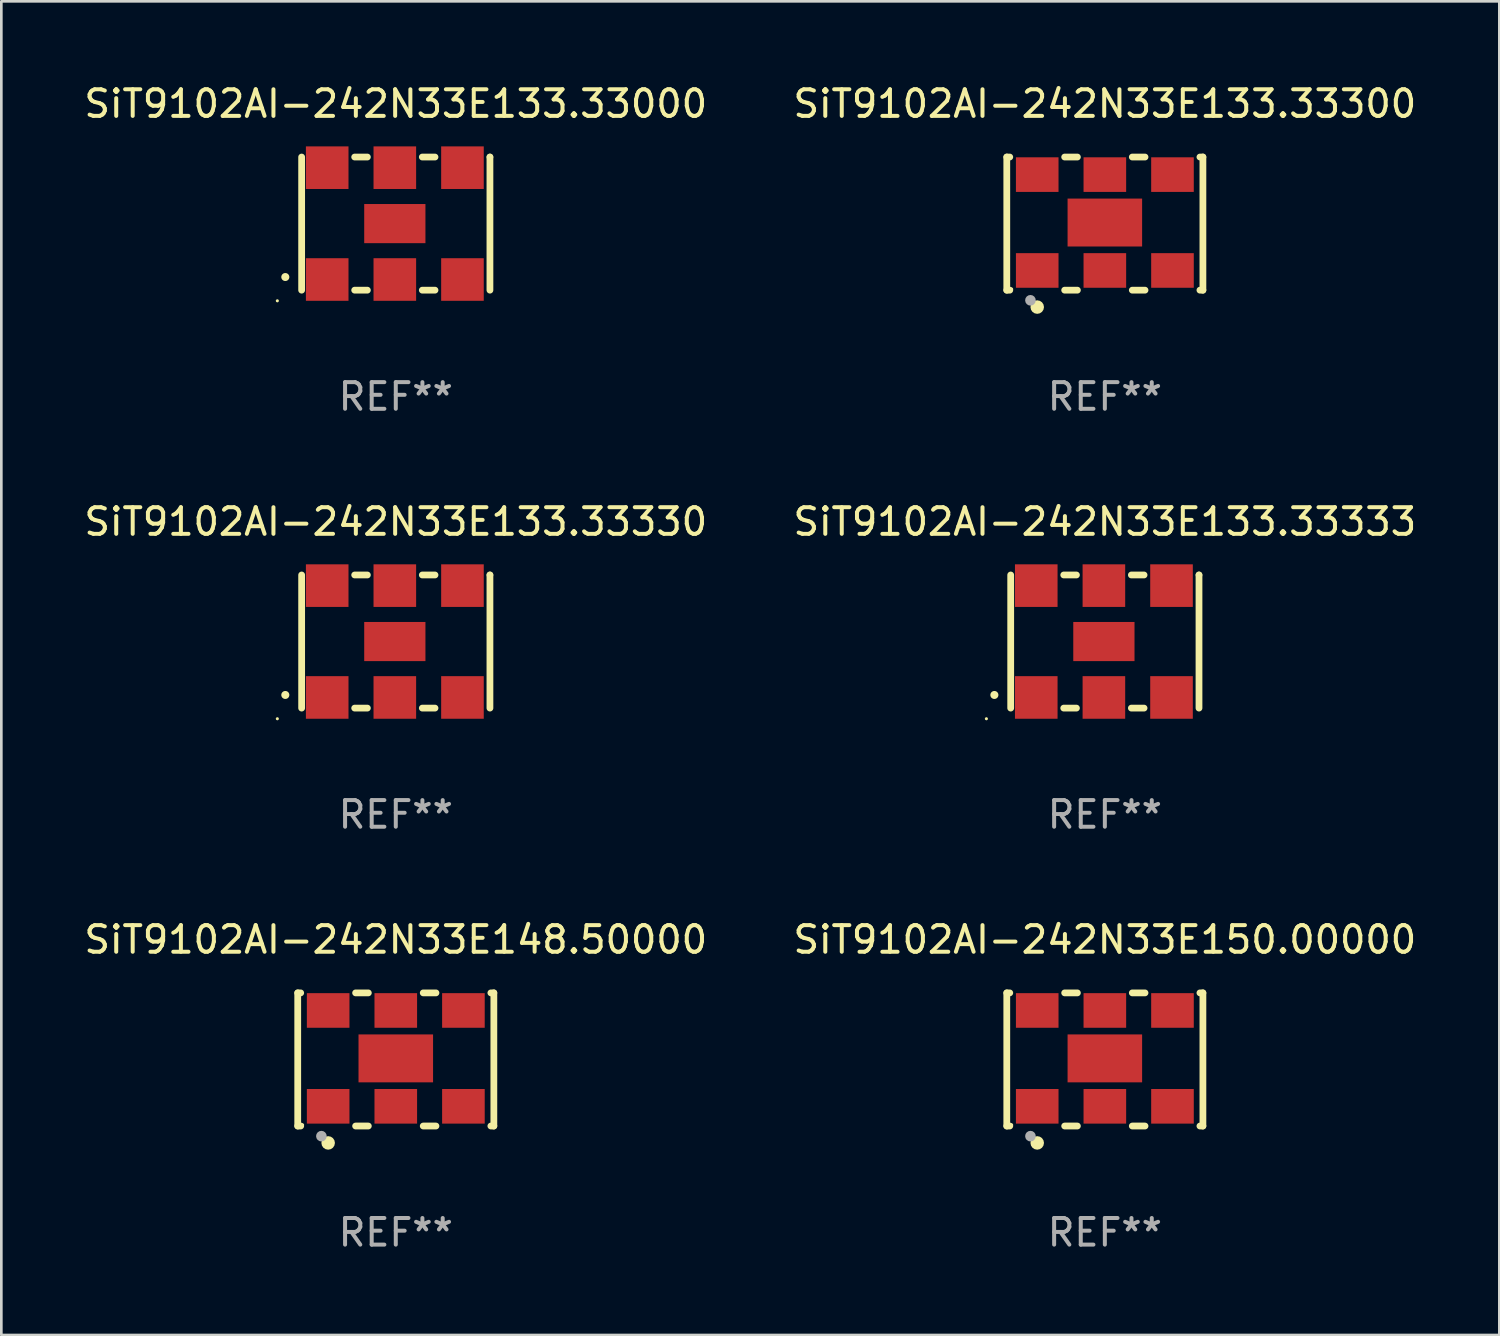
<source format=kicad_pcb>
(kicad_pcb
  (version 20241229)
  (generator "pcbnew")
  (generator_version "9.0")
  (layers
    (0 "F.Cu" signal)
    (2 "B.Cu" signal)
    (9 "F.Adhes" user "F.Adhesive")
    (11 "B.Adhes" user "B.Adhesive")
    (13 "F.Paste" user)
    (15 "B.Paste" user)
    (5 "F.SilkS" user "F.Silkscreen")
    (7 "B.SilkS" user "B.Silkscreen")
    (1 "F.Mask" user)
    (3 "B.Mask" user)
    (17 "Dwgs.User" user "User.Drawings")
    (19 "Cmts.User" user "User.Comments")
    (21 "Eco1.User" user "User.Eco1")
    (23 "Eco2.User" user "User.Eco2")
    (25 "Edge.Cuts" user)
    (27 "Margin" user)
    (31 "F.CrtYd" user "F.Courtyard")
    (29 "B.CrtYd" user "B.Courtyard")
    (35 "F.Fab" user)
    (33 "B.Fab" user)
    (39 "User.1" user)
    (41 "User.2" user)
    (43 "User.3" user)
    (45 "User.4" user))
  (footprint "SiT9102AI-242N33E133.33330"
    (layer "F.Cu")
    (at 11.815 21.045)
    (property "Reference" "SiT9102AI-242N33E133.33330" (at 0 -4.5 0) (layer "F.SilkS") (effects (font (size 1 1) (thickness 0.15))))
    (attr through_hole)
    (fp_line (start -3.536 -2.5) (end -3.536 2.5) (stroke (width 0.254) (type solid)) (layer "F.SilkS"))
    (fp_line (start -1.544 2.5) (end -1.067 2.5) (stroke (width 0.254) (type solid)) (layer "F.SilkS"))
    (fp_line (start -1.067 -2.5) (end -1.544 -2.5) (stroke (width 0.254) (type solid)) (layer "F.SilkS"))
    (fp_line (start 0.996 2.5) (end 1.473 2.5) (stroke (width 0.254) (type solid)) (layer "F.SilkS"))
    (fp_line (start 1.473 -2.5) (end 0.996 -2.5) (stroke (width 0.254) (type solid)) (layer "F.SilkS"))
    (fp_line (start 3.536 -2.5) (end 3.536 -2.5) (stroke (width 0.254) (type solid)) (layer "F.SilkS"))
    (fp_line (start 3.536 2.5) (end 3.536 -2.5) (stroke (width 0.254) (type solid)) (layer "F.SilkS"))
    (fp_arc (start -4.150432 2.006604) (mid -4.149162 2.006599) (end -4.147892 2.006604) (stroke (width 0.3) (type solid)) (layer "F.SilkS"))
    (fp_circle (center -4.449 2.9) (end -4.419 2.9) (stroke (width 0.06) (type solid)) (fill no) (layer "F.SilkS"))
    (fp_text user "REF**" (at 0 6.5 0) (layer "F.Fab") (effects (font (size 1 1) (thickness 0.15))))
    (pad "1" smd rect (at -2.576 2.1) (size 1.6 1.6) (layers "F.Cu" "F.Mask" "F.Paste"))
    (pad "2" smd rect (at -0.036 2.1) (size 1.6 1.6) (layers "F.Cu" "F.Mask" "F.Paste"))
    (pad "3" smd rect (at 2.504 2.1) (size 1.6 1.6) (layers "F.Cu" "F.Mask" "F.Paste"))
    (pad "4" smd rect (at 2.504 -2.1) (size 1.6 1.6) (layers "F.Cu" "F.Mask" "F.Paste"))
    (pad "5" smd rect (at -0.036 -2.1) (size 1.6 1.6) (layers "F.Cu" "F.Mask" "F.Paste"))
    (pad "6" smd rect (at -2.576 -2.1) (size 1.6 1.6) (layers "F.Cu" "F.Mask" "F.Paste"))
    (pad "7" smd rect (at -0.036 0) (size 2.3 1.47) (layers "F.Cu" "F.Mask" "F.Paste")))
  (footprint "SiT9102AI-242N33E133.33300"
    (layer "F.Cu")
    (at 38.446 5.348)
    (property "Reference" "SiT9102AI-242N33E133.33300" (at 0 -4.5 0) (layer "F.SilkS") (effects (font (size 1 1) (thickness 0.15))))
    (attr through_hole)
    (fp_line (start -3.683 -2.5) (end -3.571 -2.5) (stroke (width 0.254) (type solid)) (layer "F.SilkS"))
    (fp_line (start -3.683 2.5) (end -3.683 -2.5) (stroke (width 0.254) (type solid)) (layer "F.SilkS"))
    (fp_line (start -3.683 2.5) (end -3.571 2.5) (stroke (width 0.254) (type solid)) (layer "F.SilkS"))
    (fp_line (start -1.509 -2.5) (end -1.031 -2.5) (stroke (width 0.254) (type solid)) (layer "F.SilkS"))
    (fp_line (start -1.509 2.5) (end -1.031 2.5) (stroke (width 0.254) (type solid)) (layer "F.SilkS"))
    (fp_line (start 1.031 -2.5) (end 1.509 -2.5) (stroke (width 0.254) (type solid)) (layer "F.SilkS"))
    (fp_line (start 1.031 2.5) (end 1.509 2.5) (stroke (width 0.254) (type solid)) (layer "F.SilkS"))
    (fp_line (start 3.571 -2.5) (end 3.683 -2.5) (stroke (width 0.254) (type solid)) (layer "F.SilkS"))
    (fp_line (start 3.571 2.5) (end 3.683 2.5) (stroke (width 0.254) (type solid)) (layer "F.SilkS"))
    (fp_line (start 3.683 2.5) (end 3.683 -2.5) (stroke (width 0.254) (type solid)) (layer "F.SilkS"))
    (fp_circle (center -3.5 2.46) (end -3.47 2.46) (stroke (width 0.06) (type solid)) (fill no) (layer "F.SilkS"))
    (fp_circle (center -2.54 3.135) (end -2.413 3.135) (stroke (width 0.254) (type solid)) (fill no) (layer "F.SilkS"))
    (fp_circle (center -2.794 2.881) (end -2.694 2.881) (stroke (width 0.2) (type solid)) (fill no) (layer "F.Fab"))
    (fp_text user "REF**" (at 0 6.5 0) (layer "F.Fab") (effects (font (size 1 1) (thickness 0.15))))
    (pad "1" smd rect (at -2.54 1.76) (size 1.6 1.3) (layers "F.Cu" "F.Mask" "F.Paste"))
    (pad "2" smd rect (at 0 1.76) (size 1.6 1.3) (layers "F.Cu" "F.Mask" "F.Paste"))
    (pad "3" smd rect (at 2.54 1.76) (size 1.6 1.3) (layers "F.Cu" "F.Mask" "F.Paste"))
    (pad "4" smd rect (at 2.54 -1.84) (size 1.6 1.3) (layers "F.Cu" "F.Mask" "F.Paste"))
    (pad "5" smd rect (at 0 -1.84) (size 1.6 1.3) (layers "F.Cu" "F.Mask" "F.Paste"))
    (pad "6" smd rect (at -2.54 -1.84) (size 1.6 1.3) (layers "F.Cu" "F.Mask" "F.Paste"))
    (pad "7" smd rect (at 0 -0.04) (size 2.8 1.8) (layers "F.Cu" "F.Mask" "F.Paste")))
  (footprint "SiT9102AI-242N33E148.50000"
    (layer "F.Cu")
    (at 11.815 36.741)
    (property "Reference" "SiT9102AI-242N33E148.50000" (at 0 -4.5 0) (layer "F.SilkS") (effects (font (size 1 1) (thickness 0.15))))
    (attr through_hole)
    (fp_line (start -3.683 -2.5) (end -3.571 -2.5) (stroke (width 0.254) (type solid)) (layer "F.SilkS"))
    (fp_line (start -3.683 2.5) (end -3.683 -2.5) (stroke (width 0.254) (type solid)) (layer "F.SilkS"))
    (fp_line (start -3.683 2.5) (end -3.571 2.5) (stroke (width 0.254) (type solid)) (layer "F.SilkS"))
    (fp_line (start -1.509 -2.5) (end -1.031 -2.5) (stroke (width 0.254) (type solid)) (layer "F.SilkS"))
    (fp_line (start -1.509 2.5) (end -1.031 2.5) (stroke (width 0.254) (type solid)) (layer "F.SilkS"))
    (fp_line (start 1.031 -2.5) (end 1.509 -2.5) (stroke (width 0.254) (type solid)) (layer "F.SilkS"))
    (fp_line (start 1.031 2.5) (end 1.509 2.5) (stroke (width 0.254) (type solid)) (layer "F.SilkS"))
    (fp_line (start 3.571 -2.5) (end 3.683 -2.5) (stroke (width 0.254) (type solid)) (layer "F.SilkS"))
    (fp_line (start 3.571 2.5) (end 3.683 2.5) (stroke (width 0.254) (type solid)) (layer "F.SilkS"))
    (fp_line (start 3.683 2.5) (end 3.683 -2.5) (stroke (width 0.254) (type solid)) (layer "F.SilkS"))
    (fp_circle (center -3.5 2.46) (end -3.47 2.46) (stroke (width 0.06) (type solid)) (fill no) (layer "F.SilkS"))
    (fp_circle (center -2.54 3.135) (end -2.413 3.135) (stroke (width 0.254) (type solid)) (fill no) (layer "F.SilkS"))
    (fp_circle (center -2.794 2.881) (end -2.694 2.881) (stroke (width 0.2) (type solid)) (fill no) (layer "F.Fab"))
    (fp_text user "REF**" (at 0 6.5 0) (layer "F.Fab") (effects (font (size 1 1) (thickness 0.15))))
    (pad "1" smd rect (at -2.54 1.76) (size 1.6 1.3) (layers "F.Cu" "F.Mask" "F.Paste"))
    (pad "2" smd rect (at 0 1.76) (size 1.6 1.3) (layers "F.Cu" "F.Mask" "F.Paste"))
    (pad "3" smd rect (at 2.54 1.76) (size 1.6 1.3) (layers "F.Cu" "F.Mask" "F.Paste"))
    (pad "4" smd rect (at 2.54 -1.84) (size 1.6 1.3) (layers "F.Cu" "F.Mask" "F.Paste"))
    (pad "5" smd rect (at 0 -1.84) (size 1.6 1.3) (layers "F.Cu" "F.Mask" "F.Paste"))
    (pad "6" smd rect (at -2.54 -1.84) (size 1.6 1.3) (layers "F.Cu" "F.Mask" "F.Paste"))
    (pad "7" smd rect (at 0 -0.04) (size 2.8 1.8) (layers "F.Cu" "F.Mask" "F.Paste")))
  (footprint "SiT9102AI-242N33E133.33000"
    (layer "F.Cu")
    (at 11.815 5.348)
    (property "Reference" "SiT9102AI-242N33E133.33000" (at 0 -4.5 0) (layer "F.SilkS") (effects (font (size 1 1) (thickness 0.15))))
    (attr through_hole)
    (fp_line (start -3.536 -2.5) (end -3.536 2.5) (stroke (width 0.254) (type solid)) (layer "F.SilkS"))
    (fp_line (start -1.544 2.5) (end -1.067 2.5) (stroke (width 0.254) (type solid)) (layer "F.SilkS"))
    (fp_line (start -1.067 -2.5) (end -1.544 -2.5) (stroke (width 0.254) (type solid)) (layer "F.SilkS"))
    (fp_line (start 0.996 2.5) (end 1.473 2.5) (stroke (width 0.254) (type solid)) (layer "F.SilkS"))
    (fp_line (start 1.473 -2.5) (end 0.996 -2.5) (stroke (width 0.254) (type solid)) (layer "F.SilkS"))
    (fp_line (start 3.536 -2.5) (end 3.536 -2.5) (stroke (width 0.254) (type solid)) (layer "F.SilkS"))
    (fp_line (start 3.536 2.5) (end 3.536 -2.5) (stroke (width 0.254) (type solid)) (layer "F.SilkS"))
    (fp_arc (start -4.150432 2.006604) (mid -4.149162 2.006599) (end -4.147892 2.006604) (stroke (width 0.3) (type solid)) (layer "F.SilkS"))
    (fp_circle (center -4.449 2.9) (end -4.419 2.9) (stroke (width 0.06) (type solid)) (fill no) (layer "F.SilkS"))
    (fp_text user "REF**" (at 0 6.5 0) (layer "F.Fab") (effects (font (size 1 1) (thickness 0.15))))
    (pad "1" smd rect (at -2.576 2.1) (size 1.6 1.6) (layers "F.Cu" "F.Mask" "F.Paste"))
    (pad "2" smd rect (at -0.036 2.1) (size 1.6 1.6) (layers "F.Cu" "F.Mask" "F.Paste"))
    (pad "3" smd rect (at 2.504 2.1) (size 1.6 1.6) (layers "F.Cu" "F.Mask" "F.Paste"))
    (pad "4" smd rect (at 2.504 -2.1) (size 1.6 1.6) (layers "F.Cu" "F.Mask" "F.Paste"))
    (pad "5" smd rect (at -0.036 -2.1) (size 1.6 1.6) (layers "F.Cu" "F.Mask" "F.Paste"))
    (pad "6" smd rect (at -2.576 -2.1) (size 1.6 1.6) (layers "F.Cu" "F.Mask" "F.Paste"))
    (pad "7" smd rect (at -0.036 0) (size 2.3 1.47) (layers "F.Cu" "F.Mask" "F.Paste")))
  (footprint "SiT9102AI-242N33E133.33333"
    (layer "F.Cu")
    (at 38.446 21.045)
    (property "Reference" "SiT9102AI-242N33E133.33333" (at 0 -4.5 0) (layer "F.SilkS") (effects (font (size 1 1) (thickness 0.15))))
    (attr through_hole)
    (fp_line (start -3.536 -2.5) (end -3.536 2.5) (stroke (width 0.254) (type solid)) (layer "F.SilkS"))
    (fp_line (start -1.544 2.5) (end -1.067 2.5) (stroke (width 0.254) (type solid)) (layer "F.SilkS"))
    (fp_line (start -1.067 -2.5) (end -1.544 -2.5) (stroke (width 0.254) (type solid)) (layer "F.SilkS"))
    (fp_line (start 0.996 2.5) (end 1.473 2.5) (stroke (width 0.254) (type solid)) (layer "F.SilkS"))
    (fp_line (start 1.473 -2.5) (end 0.996 -2.5) (stroke (width 0.254) (type solid)) (layer "F.SilkS"))
    (fp_line (start 3.536 -2.5) (end 3.536 -2.5) (stroke (width 0.254) (type solid)) (layer "F.SilkS"))
    (fp_line (start 3.536 2.5) (end 3.536 -2.5) (stroke (width 0.254) (type solid)) (layer "F.SilkS"))
    (fp_arc (start -4.150432 2.006604) (mid -4.149162 2.006599) (end -4.147892 2.006604) (stroke (width 0.3) (type solid)) (layer "F.SilkS"))
    (fp_circle (center -4.449 2.9) (end -4.419 2.9) (stroke (width 0.06) (type solid)) (fill no) (layer "F.SilkS"))
    (fp_text user "REF**" (at 0 6.5 0) (layer "F.Fab") (effects (font (size 1 1) (thickness 0.15))))
    (pad "1" smd rect (at -2.576 2.1) (size 1.6 1.6) (layers "F.Cu" "F.Mask" "F.Paste"))
    (pad "2" smd rect (at -0.036 2.1) (size 1.6 1.6) (layers "F.Cu" "F.Mask" "F.Paste"))
    (pad "3" smd rect (at 2.504 2.1) (size 1.6 1.6) (layers "F.Cu" "F.Mask" "F.Paste"))
    (pad "4" smd rect (at 2.504 -2.1) (size 1.6 1.6) (layers "F.Cu" "F.Mask" "F.Paste"))
    (pad "5" smd rect (at -0.036 -2.1) (size 1.6 1.6) (layers "F.Cu" "F.Mask" "F.Paste"))
    (pad "6" smd rect (at -2.576 -2.1) (size 1.6 1.6) (layers "F.Cu" "F.Mask" "F.Paste"))
    (pad "7" smd rect (at -0.036 0) (size 2.3 1.47) (layers "F.Cu" "F.Mask" "F.Paste")))
  (footprint "SiT9102AI-242N33E150.00000"
    (layer "F.Cu")
    (at 38.446 36.741)
    (property "Reference" "SiT9102AI-242N33E150.00000" (at 0 -4.5 0) (layer "F.SilkS") (effects (font (size 1 1) (thickness 0.15))))
    (attr through_hole)
    (fp_line (start -3.683 -2.5) (end -3.571 -2.5) (stroke (width 0.254) (type solid)) (layer "F.SilkS"))
    (fp_line (start -3.683 2.5) (end -3.683 -2.5) (stroke (width 0.254) (type solid)) (layer "F.SilkS"))
    (fp_line (start -3.683 2.5) (end -3.571 2.5) (stroke (width 0.254) (type solid)) (layer "F.SilkS"))
    (fp_line (start -1.509 -2.5) (end -1.031 -2.5) (stroke (width 0.254) (type solid)) (layer "F.SilkS"))
    (fp_line (start -1.509 2.5) (end -1.031 2.5) (stroke (width 0.254) (type solid)) (layer "F.SilkS"))
    (fp_line (start 1.031 -2.5) (end 1.509 -2.5) (stroke (width 0.254) (type solid)) (layer "F.SilkS"))
    (fp_line (start 1.031 2.5) (end 1.509 2.5) (stroke (width 0.254) (type solid)) (layer "F.SilkS"))
    (fp_line (start 3.571 -2.5) (end 3.683 -2.5) (stroke (width 0.254) (type solid)) (layer "F.SilkS"))
    (fp_line (start 3.571 2.5) (end 3.683 2.5) (stroke (width 0.254) (type solid)) (layer "F.SilkS"))
    (fp_line (start 3.683 2.5) (end 3.683 -2.5) (stroke (width 0.254) (type solid)) (layer "F.SilkS"))
    (fp_circle (center -3.5 2.46) (end -3.47 2.46) (stroke (width 0.06) (type solid)) (fill no) (layer "F.SilkS"))
    (fp_circle (center -2.54 3.135) (end -2.413 3.135) (stroke (width 0.254) (type solid)) (fill no) (layer "F.SilkS"))
    (fp_circle (center -2.794 2.881) (end -2.694 2.881) (stroke (width 0.2) (type solid)) (fill no) (layer "F.Fab"))
    (fp_text user "REF**" (at 0 6.5 0) (layer "F.Fab") (effects (font (size 1 1) (thickness 0.15))))
    (pad "1" smd rect (at -2.54 1.76) (size 1.6 1.3) (layers "F.Cu" "F.Mask" "F.Paste"))
    (pad "2" smd rect (at 0 1.76) (size 1.6 1.3) (layers "F.Cu" "F.Mask" "F.Paste"))
    (pad "3" smd rect (at 2.54 1.76) (size 1.6 1.3) (layers "F.Cu" "F.Mask" "F.Paste"))
    (pad "4" smd rect (at 2.54 -1.84) (size 1.6 1.3) (layers "F.Cu" "F.Mask" "F.Paste"))
    (pad "5" smd rect (at 0 -1.84) (size 1.6 1.3) (layers "F.Cu" "F.Mask" "F.Paste"))
    (pad "6" smd rect (at -2.54 -1.84) (size 1.6 1.3) (layers "F.Cu" "F.Mask" "F.Paste"))
    (pad "7" smd rect (at 0 -0.04) (size 2.8 1.8) (layers "F.Cu" "F.Mask" "F.Paste")))
  (gr_rect
    (start -3 -3)
    (end 53.262 47.09)
    (stroke (width 0.1) (type default))
    (fill no)
    (layer "Edge.Cuts")))
</source>
